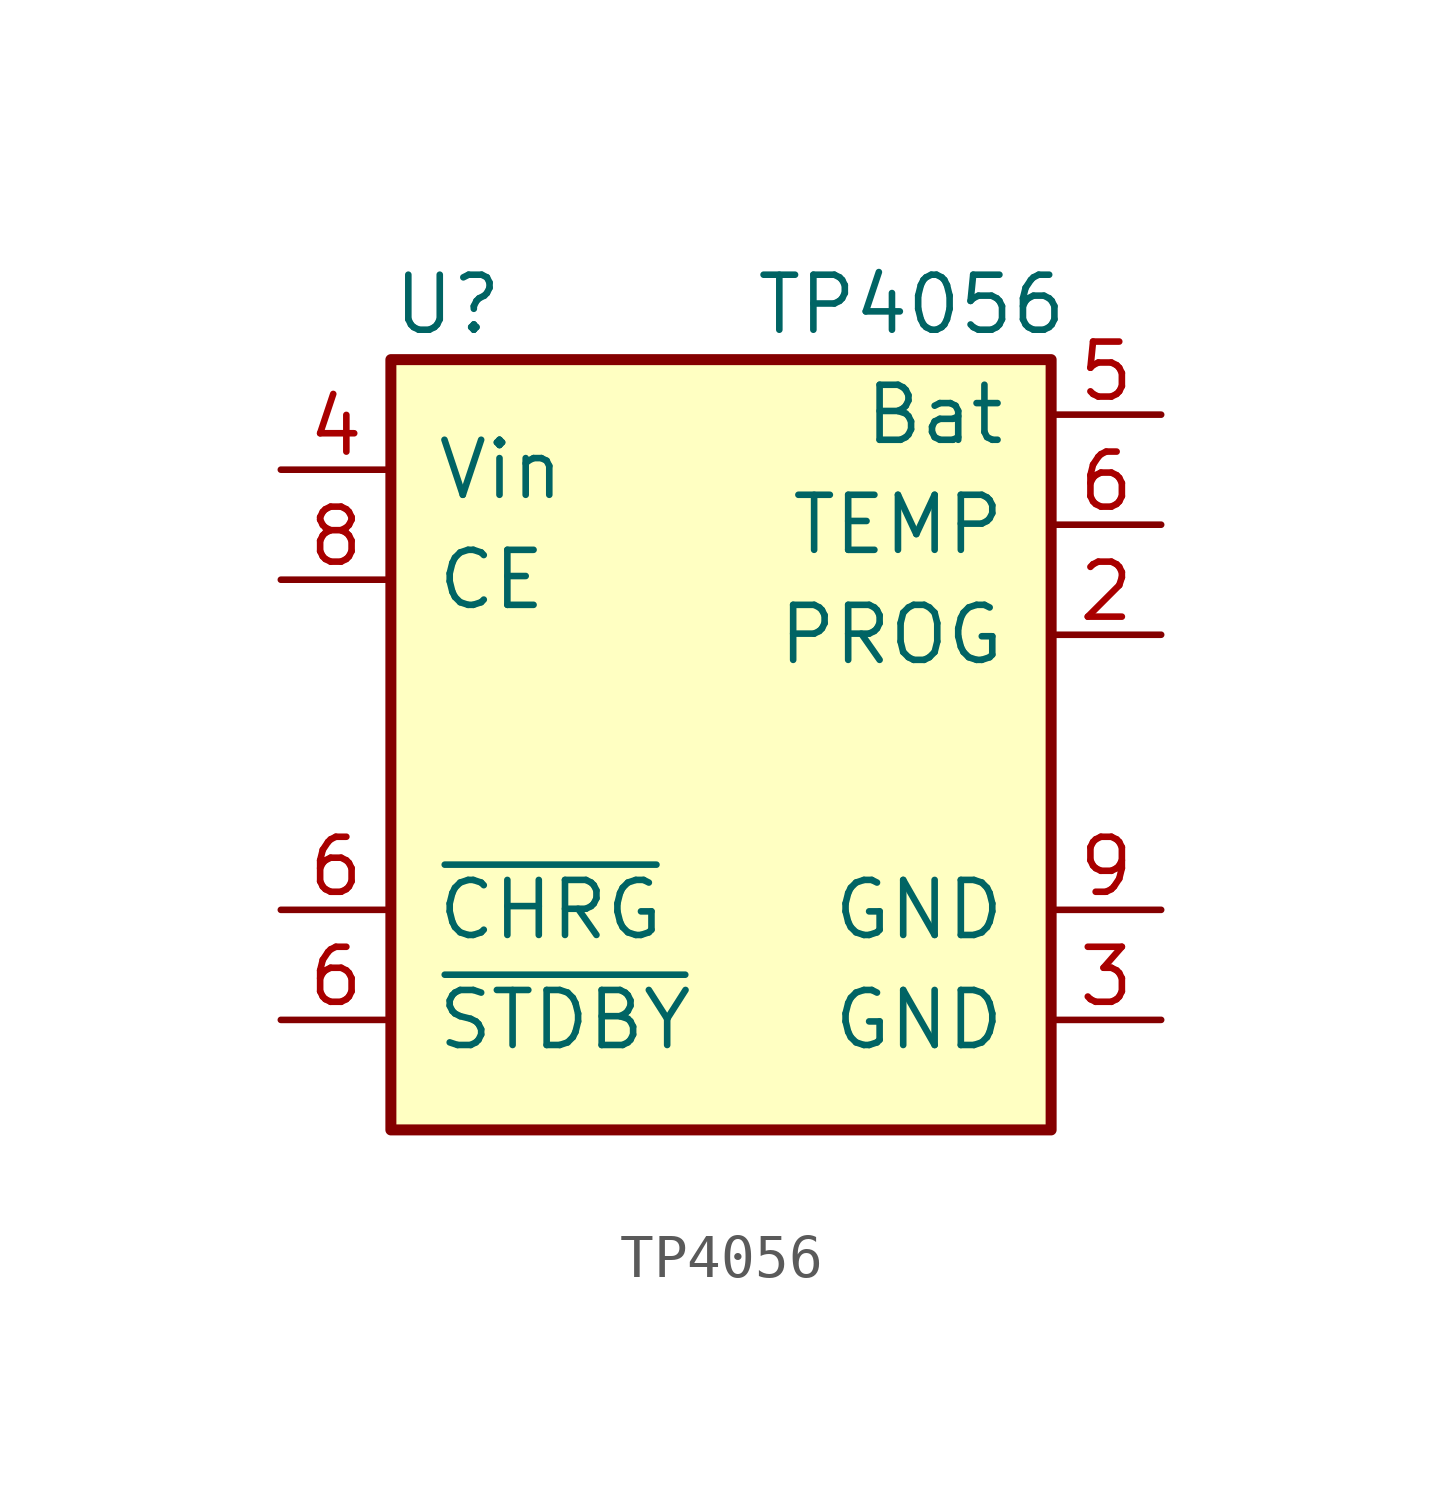
<source format=kicad_sym>
(kicad_symbol_lib
  (version 20231120)
  (generator "kicad_symbol_editor")
  (generator_version "8.0")
  (symbol "TP4056"
    (pin_names
      (offset 1.016))
    (property "Reference" "U"
      (at -7.62 8.89 0)
      (effects (font (size 1.27 1.27)) (justify left)))
    (property "Value" "TP4056"
      (at 0.762 8.89 0)
      (effects (font (size 1.27 1.27)) (justify left)))
    (symbol "TP4056_0_1"
      (rectangle (start -7.62 7.62) (end 7.62 -10.16) (stroke (width 0.254) (type default)) (fill (type background))))
    (symbol "TP4056_1_1"
      (pin input line (at 10.16 1.27 180) (length 2.54) (name "PROG" (effects (font (size 1.27 1.27)))) (number "2" (effects (font (size 1.27 1.27)))))
      (pin power_in line (at 10.16 -7.62 180) (length 2.54) (name "GND" (effects (font (size 1.27 1.27)))) (number "3" (effects (font (size 1.27 1.27)))))
      (pin power_in line (at -10.16 5.08 0) (length 2.54) (name "Vin" (effects (font (size 1.27 1.27)))) (number "4" (effects (font (size 1.27 1.27)))))
      (pin output line (at 10.16 6.35 180) (length 2.54) (name "Bat" (effects (font (size 1.27 1.27)))) (number "5" (effects (font (size 1.27 1.27)))))
      (pin input line (at 10.16 3.81 180) (length 2.54) (name "TEMP" (effects (font (size 1.27 1.27)))) (number "6" (effects (font (size 1.27 1.27)))))
      (pin open_collector line (at -10.16 -5.08 0) (length 2.54) (name "~{CHRG}" (effects (font (size 1.27 1.27)))) (number "6" (effects (font (size 1.27 1.27)))))
      (pin input line (at -10.16 -7.62 0) (length 2.54) (name "~{STDBY}" (effects (font (size 1.27 1.27)))) (number "6" (effects (font (size 1.27 1.27)))))
      (pin output line (at -10.16 2.54 0) (length 2.54) (name "CE" (effects (font (size 1.27 1.27)))) (number "8" (effects (font (size 1.27 1.27)))))
      (pin input line (at 10.16 -5.08 180) (length 2.54) (name "GND" (effects (font (size 1.27 1.27)))) (number "9" (effects (font (size 1.27 1.27))))))))
</source>
